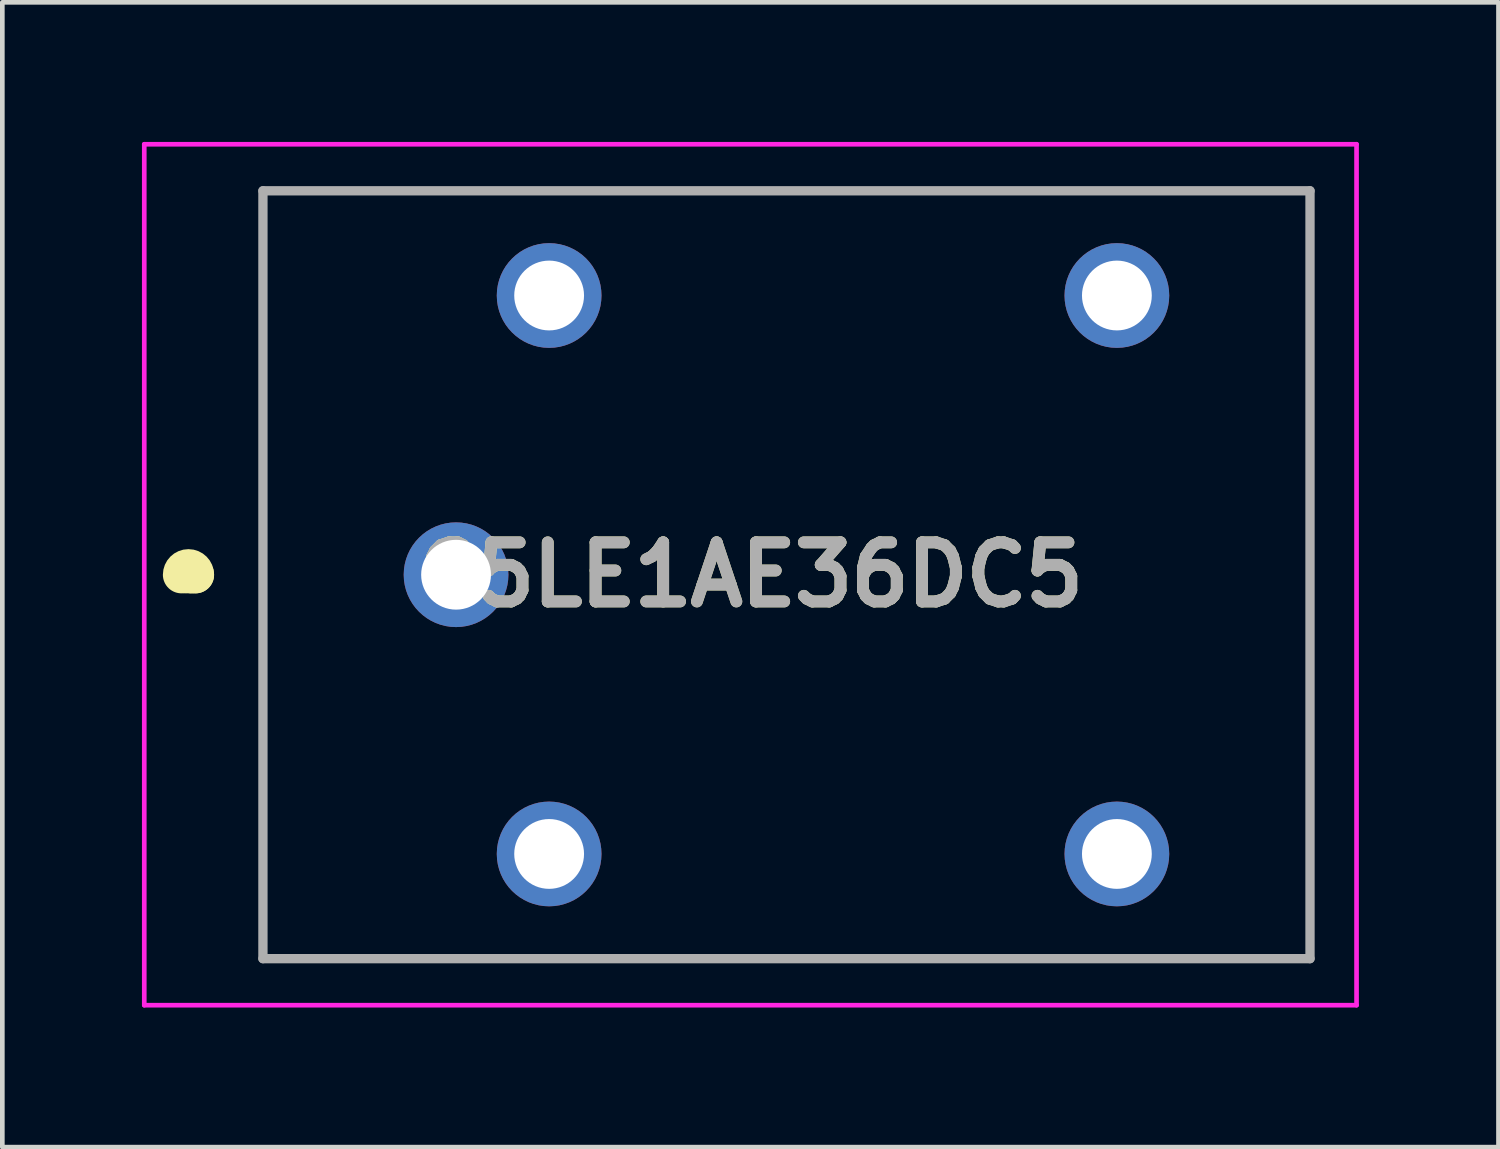
<source format=kicad_pcb>
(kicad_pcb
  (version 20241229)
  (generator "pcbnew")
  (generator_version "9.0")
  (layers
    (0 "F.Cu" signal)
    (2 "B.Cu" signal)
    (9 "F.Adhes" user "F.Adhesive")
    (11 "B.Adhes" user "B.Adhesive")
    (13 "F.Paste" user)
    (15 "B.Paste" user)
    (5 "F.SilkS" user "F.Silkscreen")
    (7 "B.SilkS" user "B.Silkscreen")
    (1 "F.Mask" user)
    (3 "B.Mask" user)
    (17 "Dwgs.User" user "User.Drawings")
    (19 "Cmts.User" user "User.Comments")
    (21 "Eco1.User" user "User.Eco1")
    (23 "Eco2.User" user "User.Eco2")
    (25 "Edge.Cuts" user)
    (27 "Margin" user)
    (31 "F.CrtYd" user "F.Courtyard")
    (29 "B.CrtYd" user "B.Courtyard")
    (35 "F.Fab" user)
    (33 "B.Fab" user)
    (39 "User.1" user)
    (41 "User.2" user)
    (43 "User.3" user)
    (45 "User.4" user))
  (footprint "G5LE1AE36DC5"
    (layer "F.Cu")
    (at 6.75 9.3)
    (property "Reference" "G5LE1AE36DC5" (at 6.325 0 0) (layer "F.SilkS") (effects (font (size 1.27 1.27) (thickness 0.254))))
    (attr through_hole)
    (fp_line (start -5.7 0) (end -5.7 0) (stroke (width 0.8) (type solid)) (layer "F.SilkS"))
    (fp_line (start -5.6 0) (end -5.6 0) (stroke (width 0.8) (type solid)) (layer "F.SilkS"))
    (fp_line (start -4.15 -8.25) (end -4.15 8.25) (stroke (width 0.1) (type solid)) (layer "F.SilkS"))
    (fp_line (start -4.15 8.25) (end 18.35 8.25) (stroke (width 0.1) (type solid)) (layer "F.SilkS"))
    (fp_line (start 18.35 -8.25) (end -4.15 -8.25) (stroke (width 0.1) (type solid)) (layer "F.SilkS"))
    (fp_line (start 18.35 8.25) (end 18.35 -8.25) (stroke (width 0.1) (type solid)) (layer "F.SilkS"))
    (fp_arc (start -5.9 0) (mid -5.75 -0.15) (end -5.6 0) (stroke (width 0.8) (type solid)) (layer "F.SilkS"))
    (fp_arc (start -5.8 0) (mid -5.75 -0.05) (end -5.7 0) (stroke (width 0.8) (type solid)) (layer "F.SilkS"))
    (fp_line (start -6.7 -9.25) (end -6.7 9.25) (stroke (width 0.1) (type solid)) (layer "F.CrtYd"))
    (fp_line (start -6.7 9.25) (end 19.35 9.25) (stroke (width 0.1) (type solid)) (layer "F.CrtYd"))
    (fp_line (start 19.35 -9.25) (end -6.7 -9.25) (stroke (width 0.1) (type solid)) (layer "F.CrtYd"))
    (fp_line (start 19.35 9.25) (end 19.35 -9.25) (stroke (width 0.1) (type solid)) (layer "F.CrtYd"))
    (fp_line (start -4.15 -8.25) (end -4.15 8.25) (stroke (width 0.2) (type solid)) (layer "F.Fab"))
    (fp_line (start -4.15 8.25) (end 18.35 8.25) (stroke (width 0.2) (type solid)) (layer "F.Fab"))
    (fp_line (start 18.35 -8.25) (end -4.15 -8.25) (stroke (width 0.2) (type solid)) (layer "F.Fab"))
    (fp_line (start 18.35 8.25) (end 18.35 -8.25) (stroke (width 0.2) (type solid)) (layer "F.Fab"))
    (fp_text user "${REFERENCE}" (at 6.325 0 0) (layer "F.Fab") (effects (font (size 1.27 1.27) (thickness 0.254))))
    (pad "1" thru_hole circle (at 0 0) (size 2.25 2.25) (drill 1.5) (layers "*.Cu" "*.Mask"))
    (pad "2" thru_hole circle (at 2 6) (size 2.25 2.25) (drill 1.5) (layers "*.Cu" "*.Mask"))
    (pad "3" thru_hole circle (at 14.2 6) (size 2.25 2.25) (drill 1.5) (layers "*.Cu" "*.Mask"))
    (pad "4" thru_hole circle (at 14.2 -6) (size 2.25 2.25) (drill 1.5) (layers "*.Cu" "*.Mask"))
    (pad "5" thru_hole circle (at 2 -6) (size 2.25 2.25) (drill 1.5) (layers "*.Cu" "*.Mask")))
  (gr_rect
    (start -3 -3)
    (end 29.15 21.6)
    (stroke (width 0.1) (type default))
    (fill no)
    (layer "Edge.Cuts")))
</source>
